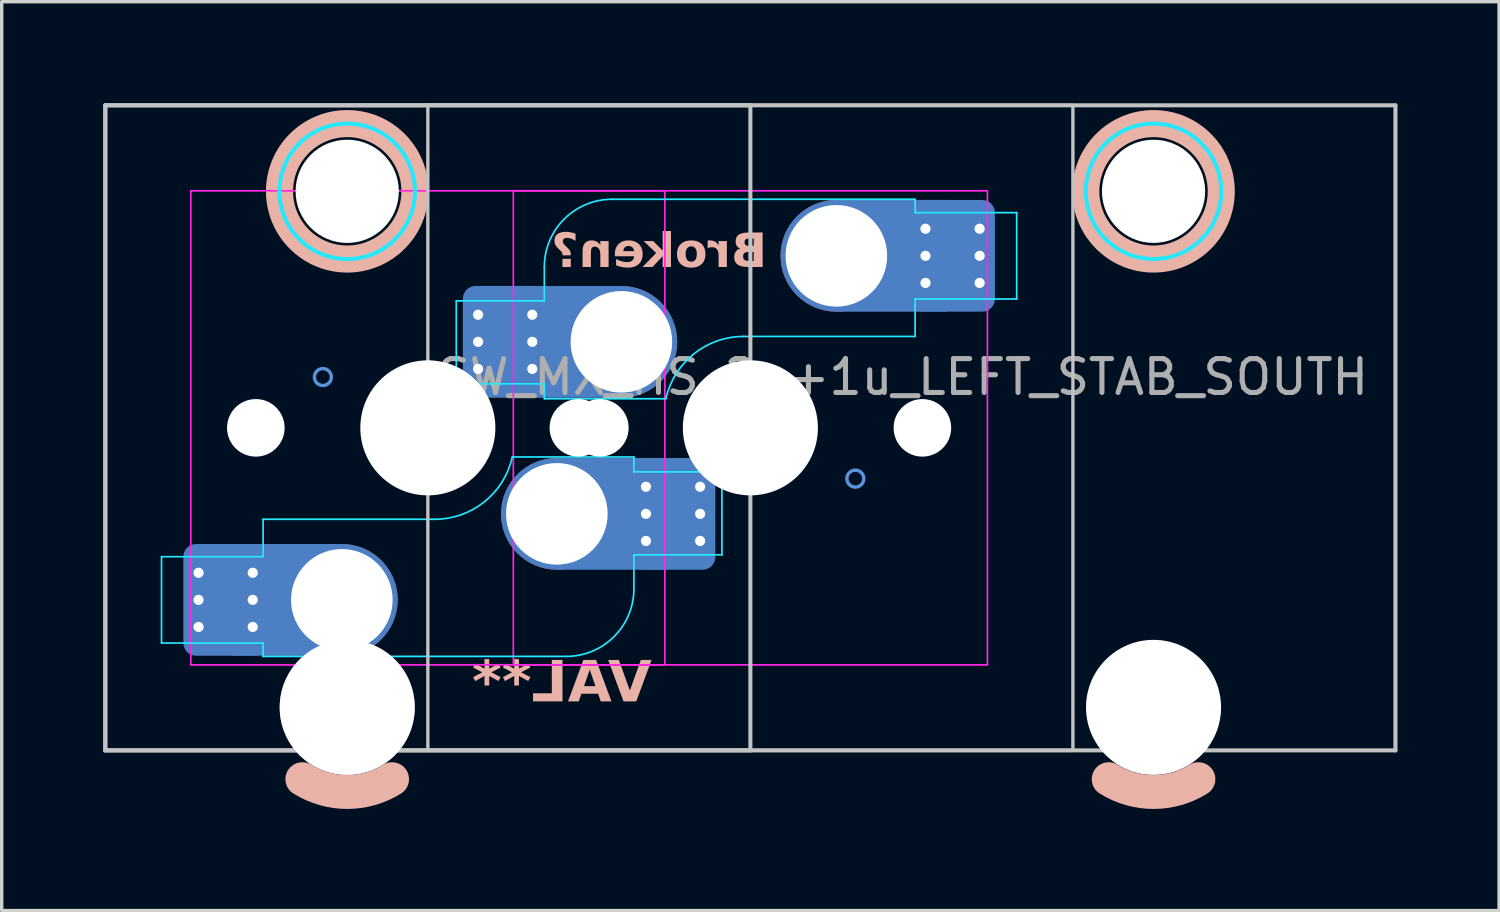
<source format=kicad_pcb>
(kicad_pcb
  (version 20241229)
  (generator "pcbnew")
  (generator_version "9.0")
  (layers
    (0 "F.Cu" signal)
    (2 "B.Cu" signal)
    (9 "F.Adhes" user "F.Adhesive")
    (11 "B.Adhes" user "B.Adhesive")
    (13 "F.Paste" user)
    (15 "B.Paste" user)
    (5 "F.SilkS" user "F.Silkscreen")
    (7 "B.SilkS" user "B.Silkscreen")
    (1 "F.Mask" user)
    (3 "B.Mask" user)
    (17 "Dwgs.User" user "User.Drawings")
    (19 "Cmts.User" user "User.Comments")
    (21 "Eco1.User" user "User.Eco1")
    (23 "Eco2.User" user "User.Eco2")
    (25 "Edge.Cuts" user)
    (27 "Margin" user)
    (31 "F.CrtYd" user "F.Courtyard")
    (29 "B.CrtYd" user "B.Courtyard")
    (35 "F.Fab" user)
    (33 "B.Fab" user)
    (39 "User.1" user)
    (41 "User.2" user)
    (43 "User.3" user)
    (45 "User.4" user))
  (footprint "SW_MX_HS_2u+1u_LEFT_STAB_SOUTH"
    (layer "F.Cu")
    (at 9.585 9.585)
    (property "Reference" "SW_MX_HS_2u+1u_LEFT_STAB_SOUTH" (at 14.025 -1.5 0) (layer "F.Fab") (effects (font (size 1 1) (thickness 0.15))))
    (property "Value" "VAL**" (at 9.525 -7.5 0) (layer "B.SilkS") (hide yes) (effects (font (size 1.2 1.2) (thickness 0.24) (bold yes)) (justify mirror)))
    (attr smd)
    (fp_arc (start -1.056252 10.374995) (mid -2.38125 10.755) (end -3.706248 10.374995) (stroke (width 1) (type default)) (layer "B.SilkS"))
    (fp_arc (start 22.756248 10.374995) (mid 21.43125 10.755) (end 20.106252 10.374995) (stroke (width 1) (type default)) (layer "B.SilkS"))
    (fp_circle (center -2.381 -6.985) (end -4.381 -6.985) (stroke (width 0.8) (type solid)) (fill no) (layer "B.SilkS"))
    (fp_circle (center 21.431 -6.985) (end 19.431 -6.985) (stroke (width 0.8) (type solid)) (fill no) (layer "B.SilkS"))
    (fp_line (start -9.525 -9.525) (end -9.525 9.525) (stroke (width 0.12) (type solid)) (layer "Dwgs.User"))
    (fp_line (start -9.525 -9.525) (end -9.525 9.525) (stroke (width 0.12) (type solid)) (layer "Dwgs.User"))
    (fp_line (start -9.525 -9.525) (end 28.575 -9.525) (stroke (width 0.12) (type solid)) (layer "Dwgs.User"))
    (fp_line (start -9.525 9.525) (end 9.525 9.525) (stroke (width 0.12) (type solid)) (layer "Dwgs.User"))
    (fp_line (start -9.525 9.525) (end 28.575 9.525) (stroke (width 0.12) (type solid)) (layer "Dwgs.User"))
    (fp_line (start 9.525 -9.525) (end -9.525 -9.525) (stroke (width 0.12) (type solid)) (layer "Dwgs.User"))
    (fp_line (start 9.525 9.525) (end 9.525 -9.525) (stroke (width 0.12) (type solid)) (layer "Dwgs.User"))
    (fp_line (start 28.575 -9.525) (end 28.575 9.525) (stroke (width 0.12) (type solid)) (layer "Dwgs.User"))
    (fp_rect (start 0 -9.525) (end 19.05 9.525) (stroke (width 0.1) (type default)) (fill no) (layer "Dwgs.User"))
    (fp_circle (center -3.1 -1.5) (end -3.35 -1.5) (stroke (width 0.1) (type default)) (fill no) (layer "Cmts.User"))
    (fp_circle (center -2.54 5.08) (end -2.54 6.08) (stroke (width 0.1) (type default)) (fill no) (layer "Cmts.User"))
    (fp_circle (center 3.81 2.54) (end 3.81 3.54) (stroke (width 0.1) (type default)) (fill no) (layer "Cmts.User"))
    (fp_circle (center 12.625 1.5) (end 12.875 1.5) (stroke (width 0.1) (type default)) (fill no) (layer "Cmts.User"))
    (fp_line (start -7 6.5) (end -7 -6.5) (stroke (width 0.05) (type solid)) (layer "Eco2.User"))
    (fp_line (start -6.5 -7) (end 6.5 -7) (stroke (width 0.05) (type solid)) (layer "Eco2.User"))
    (fp_line (start -5.756 -5.5) (end -5.756 7.5) (stroke (width 0.05) (type solid)) (layer "Eco2.User"))
    (fp_line (start -5.256 -6) (end 0.494 -6) (stroke (width 0.05) (type solid)) (layer "Eco2.User"))
    (fp_line (start -5.256 8) (end 0.494 8) (stroke (width 0.05) (type solid)) (layer "Eco2.User"))
    (fp_line (start 0.994 -5.5) (end 0.994 7.5) (stroke (width 0.05) (type solid)) (layer "Eco2.User"))
    (fp_line (start 2.525 6.5) (end 2.525 -6.5) (stroke (width 0.05) (type solid)) (layer "Eco2.User"))
    (fp_line (start 3.025 -7) (end 16.025 -7) (stroke (width 0.05) (type solid)) (layer "Eco2.User"))
    (fp_line (start 6.5 7) (end -6.5 7) (stroke (width 0.05) (type solid)) (layer "Eco2.User"))
    (fp_line (start 7 -6.5) (end 7 6.5) (stroke (width 0.05) (type solid)) (layer "Eco2.User"))
    (fp_line (start 16.025 7) (end 3.025 7) (stroke (width 0.05) (type solid)) (layer "Eco2.User"))
    (fp_line (start 16.525 -6.5) (end 16.525 6.5) (stroke (width 0.05) (type solid)) (layer "Eco2.User"))
    (fp_line (start 18.056 -5.5) (end 18.056 7.5) (stroke (width 0.05) (type solid)) (layer "Eco2.User"))
    (fp_line (start 18.556 -6) (end 24.305 -6) (stroke (width 0.05) (type solid)) (layer "Eco2.User"))
    (fp_line (start 18.556 8) (end 24.306 8) (stroke (width 0.05) (type solid)) (layer "Eco2.User"))
    (fp_line (start 24.805 -5.5) (end 24.806 7.5) (stroke (width 0.05) (type solid)) (layer "Eco2.User"))
    (fp_arc (start -6.997236 -6.498884) (mid -6.850805 -6.852453) (end -6.497236 -6.998884) (stroke (width 0.05) (type solid)) (layer "Eco2.User"))
    (fp_arc (start -6.5 7) (mid -6.853553 6.853553) (end -7 6.5) (stroke (width 0.05) (type solid)) (layer "Eco2.User"))
    (fp_arc (start -5.75625 -5.499999) (mid -5.609803 -5.853552) (end -5.25625 -5.999999) (stroke (width 0.05) (type solid)) (layer "Eco2.User"))
    (fp_arc (start -5.25625 8.000001) (mid -5.609803 7.853554) (end -5.75625 7.500001) (stroke (width 0.05) (type solid)) (layer "Eco2.User"))
    (fp_arc (start 0.49375 -5.999999) (mid 0.847303 -5.853552) (end 0.99375 -5.499999) (stroke (width 0.05) (type solid)) (layer "Eco2.User"))
    (fp_arc (start 0.99375 7.500001) (mid 0.847303 7.853554) (end 0.49375 8.000001) (stroke (width 0.05) (type solid)) (layer "Eco2.User"))
    (fp_arc (start 2.525 -6.5) (mid 2.671447 -6.853553) (end 3.025 -7) (stroke (width 0.05) (type solid)) (layer "Eco2.User"))
    (fp_arc (start 3.025 7) (mid 2.671447 6.853553) (end 2.525 6.5) (stroke (width 0.05) (type solid)) (layer "Eco2.User"))
    (fp_arc (start 6.5 -7) (mid 6.853553 -6.853553) (end 7 -6.5) (stroke (width 0.05) (type solid)) (layer "Eco2.User"))
    (fp_arc (start 7 6.5) (mid 6.853553 6.853553) (end 6.5 7) (stroke (width 0.05) (type solid)) (layer "Eco2.User"))
    (fp_arc (start 16.025 -7) (mid 16.378553 -6.853553) (end 16.525 -6.5) (stroke (width 0.05) (type solid)) (layer "Eco2.User"))
    (fp_arc (start 16.522236 6.498884) (mid 16.375806 6.852455) (end 16.022236 6.998884) (stroke (width 0.05) (type solid)) (layer "Eco2.User"))
    (fp_arc (start 18.05625 -5.499999) (mid 18.202685 -5.853565) (end 18.55625 -5.999999) (stroke (width 0.05) (type solid)) (layer "Eco2.User"))
    (fp_arc (start 18.55625 8.000001) (mid 18.202693 7.853543) (end 18.05625 7.500001) (stroke (width 0.05) (type solid)) (layer "Eco2.User"))
    (fp_arc (start 24.305039 -5.999999) (mid 24.658602 -5.853545) (end 24.805039 -5.499999) (stroke (width 0.05) (type solid)) (layer "Eco2.User"))
    (fp_arc (start 24.80625 7.500001) (mid 24.6598 7.853536) (end 24.30625 8.000001) (stroke (width 0.05) (type solid)) (layer "Eco2.User"))
    (fp_line (start -7.865 3.805) (end -7.865 6.355) (stroke (width 0.05) (type solid)) (layer "B.CrtYd"))
    (fp_line (start -4.865 2.7) (end 0.2 2.7) (stroke (width 0.05) (type solid)) (layer "B.CrtYd"))
    (fp_line (start -4.865 3.805) (end -7.865 3.805) (stroke (width 0.05) (type solid)) (layer "B.CrtYd"))
    (fp_line (start -4.865 3.805) (end -4.865 2.7) (stroke (width 0.05) (type solid)) (layer "B.CrtYd"))
    (fp_line (start -4.865 6.355) (end -7.865 6.355) (stroke (width 0.05) (type solid)) (layer "B.CrtYd"))
    (fp_line (start -4.865 6.75) (end -4.865 6.355) (stroke (width 0.05) (type solid)) (layer "B.CrtYd"))
    (fp_line (start 0.84 -3.75) (end 0.84 -1.3) (stroke (width 0.05) (type solid)) (layer "B.CrtYd"))
    (fp_line (start 0.84 -1.3) (end 3.44 -1.3) (stroke (width 0.05) (type solid)) (layer "B.CrtYd"))
    (fp_line (start 3.44 -3.75) (end 0.84 -3.75) (stroke (width 0.05) (type solid)) (layer "B.CrtYd"))
    (fp_line (start 3.44 -3.75) (end 3.44 -4.75) (stroke (width 0.05) (type solid)) (layer "B.CrtYd"))
    (fp_line (start 3.44 -1.3) (end 3.44 -0.86) (stroke (width 0.05) (type solid)) (layer "B.CrtYd"))
    (fp_line (start 3.44 -0.86) (end 7.031 -0.86) (stroke (width 0.05) (type solid)) (layer "B.CrtYd"))
    (fp_line (start 4.085 6.75) (end -4.865 6.75) (stroke (width 0.05) (type solid)) (layer "B.CrtYd"))
    (fp_line (start 5.44 -6.75) (end 14.39 -6.75) (stroke (width 0.05) (type solid)) (layer "B.CrtYd"))
    (fp_line (start 6.085 0.86) (end 2.494 0.86) (stroke (width 0.05) (type solid)) (layer "B.CrtYd"))
    (fp_line (start 6.085 1.3) (end 6.085 0.86) (stroke (width 0.05) (type solid)) (layer "B.CrtYd"))
    (fp_line (start 6.085 3.75) (end 6.085 4.75) (stroke (width 0.05) (type solid)) (layer "B.CrtYd"))
    (fp_line (start 6.085 3.75) (end 8.685 3.75) (stroke (width 0.05) (type solid)) (layer "B.CrtYd"))
    (fp_line (start 8.685 1.3) (end 6.085 1.3) (stroke (width 0.05) (type solid)) (layer "B.CrtYd"))
    (fp_line (start 8.685 3.75) (end 8.685 1.3) (stroke (width 0.05) (type solid)) (layer "B.CrtYd"))
    (fp_line (start 14.39 -6.75) (end 14.39 -6.355) (stroke (width 0.05) (type solid)) (layer "B.CrtYd"))
    (fp_line (start 14.39 -6.355) (end 17.39 -6.355) (stroke (width 0.05) (type solid)) (layer "B.CrtYd"))
    (fp_line (start 14.39 -3.805) (end 14.39 -2.7) (stroke (width 0.05) (type solid)) (layer "B.CrtYd"))
    (fp_line (start 14.39 -3.805) (end 17.39 -3.805) (stroke (width 0.05) (type solid)) (layer "B.CrtYd"))
    (fp_line (start 14.39 -2.7) (end 9.325 -2.7) (stroke (width 0.05) (type solid)) (layer "B.CrtYd"))
    (fp_line (start 17.39 -3.805) (end 17.39 -6.355) (stroke (width 0.05) (type solid)) (layer "B.CrtYd"))
    (fp_arc (start 2.494322 0.86022) (mid 1.670503 2.1834) (end 0.2 2.70022) (stroke (width 0.05) (type solid)) (layer "B.CrtYd"))
    (fp_arc (start 3.439824 -4.75022) (mid 4.02561 -6.164434) (end 5.439824 -6.75022) (stroke (width 0.05) (type solid)) (layer "B.CrtYd"))
    (fp_arc (start 6.085176 4.75022) (mid 5.499389 6.164432) (end 4.085176 6.75022) (stroke (width 0.05) (type solid)) (layer "B.CrtYd"))
    (fp_arc (start 7.030678 -0.86022) (mid 7.854497 -2.183399) (end 9.325 -2.70022) (stroke (width 0.05) (type solid)) (layer "B.CrtYd"))
    (fp_circle (center -2.381 -6.985) (end -0.381 -6.985) (stroke (width 0.12) (type solid)) (fill no) (layer "B.CrtYd"))
    (fp_circle (center 21.431 -6.985) (end 23.431 -6.985) (stroke (width 0.12) (type solid)) (fill no) (layer "B.CrtYd"))
    (fp_line (start -7 -7) (end -7 7) (stroke (width 0.05) (type solid)) (layer "F.CrtYd"))
    (fp_line (start -7 7) (end 7 7) (stroke (width 0.05) (type solid)) (layer "F.CrtYd"))
    (fp_line (start 2.525 -7) (end 2.525 7) (stroke (width 0.05) (type solid)) (layer "F.CrtYd"))
    (fp_line (start 2.525 7) (end 16.525 7) (stroke (width 0.05) (type solid)) (layer "F.CrtYd"))
    (fp_line (start 7 -7) (end -7 -7) (stroke (width 0.05) (type solid)) (layer "F.CrtYd"))
    (fp_line (start 7 7) (end 7 -7) (stroke (width 0.05) (type solid)) (layer "F.CrtYd"))
    (fp_line (start 16.525 -7) (end 2.525 -7) (stroke (width 0.05) (type solid)) (layer "F.CrtYd"))
    (fp_line (start 16.525 7) (end 16.525 -7) (stroke (width 0.05) (type solid)) (layer "F.CrtYd"))
    (fp_text user "${VALUE}" (at 3.96 7.58 0) (layer "B.SilkS") (effects (font (face "Hitmo2.0") (size 1.2 1.2) (thickness 0.24) (bold yes)) (justify mirror)))
    (fp_text user "Broken?" (at 10.015 -4.58 0) (unlocked yes) (layer "B.SilkS") (effects (font (face "Hitmo2.0") (size 1 1) (thickness 0.25) (bold yes)) (justify left bottom mirror)))
    (pad "" np_thru_hole circle (at -5.08 0 180) (size 1.7 1.7) (drill 1.7) (layers "*.Cu" "*.Mask"))
    (pad "" np_thru_hole circle (at -2.381 -6.985) (size 3.048 3.048) (drill 3.048) (layers "*.Cu" "*.Mask"))
    (pad "" np_thru_hole circle (at 0 0 180) (size 3.988 3.988) (drill 3.988) (layers "*.Cu" "*.Mask"))
    (pad "" np_thru_hole circle (at 4.445 0) (size 1.7 1.7) (drill 1.7) (layers "*.Cu" "*.Mask"))
    (pad "" np_thru_hole circle (at 5.08 0 180) (size 1.7 1.7) (drill 1.7) (layers "*.Cu" "*.Mask"))
    (pad "" np_thru_hole circle (at 9.525 0) (size 3.988 3.988) (drill 3.988) (layers "*.Cu" "*.Mask"))
    (pad "" np_thru_hole circle (at 14.605 0) (size 1.7 1.7) (drill 1.7) (layers "*.Cu" "*.Mask"))
    (pad "" np_thru_hole circle (at 21.431 -6.985) (size 3.048 3.048) (drill 3.048) (layers "*.Cu" "*.Mask"))
    (pad "" np_thru_hole circle (at 21.431 8.255) (size 3.988 3.988) (drill 3.988) (layers "*.Cu" "*.Mask"))
    (pad "1" thru_hole circle (at -6.771 4.28 180) (size 0.6 0.6) (drill 0.3) (layers "*.Cu"))
    (pad "1" thru_hole circle (at -6.771 5.08 180) (size 0.6 0.6) (drill 0.3) (layers "*.Cu"))
    (pad "1" thru_hole circle (at -6.771 5.88 180) (size 0.6 0.6) (drill 0.3) (layers "*.Cu"))
    (pad "1" smd roundrect (at -5.971 5.08 180) (size 2.2 3) (layers "B.Cu" "B.Mask" "B.Paste") (roundrect_rratio 0.114))
    (pad "1" smd roundrect (at -5.971 5.08 180) (size 2.5 3.3) (layers "B.Cu") (roundrect_rratio 0.148))
    (pad "1" thru_hole circle (at -5.171 4.28 180) (size 0.6 0.6) (drill 0.3) (layers "*.Cu"))
    (pad "1" thru_hole circle (at -5.171 5.08 180) (size 0.6 0.6) (drill 0.3) (layers "*.Cu"))
    (pad "1" thru_hole circle (at -5.171 5.88 180) (size 0.6 0.6) (drill 0.3) (layers "*.Cu"))
    (pad "1" smd rect (at -4.153 5.08 180) (size 3.226 3.3) (layers "B.Cu"))
    (pad "1" thru_hole circle (at -2.54 5.08 180) (size 3 3) (drill 3) (layers "*.Cu" "*.Mask"))
    (pad "1" smd circle (at -2.54 5.08 180) (size 3.3 3.3) (layers "F.Cu"))
    (pad "1" smd circle (at -2.54 5.08 180) (size 3.3 3.3) (layers "B.Cu"))
    (pad "1" thru_hole circle (at -2.381 8.255) (size 3.988 3.988) (drill 3.988) (layers "*.Cu" "*.Mask"))
    (pad "1" thru_hole circle (at 1.484 -3.34 180) (size 0.6 0.6) (drill 0.3) (layers "*.Cu"))
    (pad "1" thru_hole circle (at 1.484 -2.54 180) (size 0.6 0.6) (drill 0.3) (layers "*.Cu"))
    (pad "1" thru_hole circle (at 1.484 -1.74 180) (size 0.6 0.6) (drill 0.3) (layers "*.Cu"))
    (pad "1" smd roundrect (at 2.284 -2.54 180) (size 2.2 3) (layers "B.Cu" "B.Mask" "B.Paste") (roundrect_rratio 0.114))
    (pad "1" smd roundrect (at 2.284 -2.54 180) (size 2.5 3.3) (layers "B.Cu") (roundrect_rratio 0.148))
    (pad "1" thru_hole circle (at 3.084 -3.34 180) (size 0.6 0.6) (drill 0.3) (layers "*.Cu"))
    (pad "1" thru_hole circle (at 3.084 -2.54 180) (size 0.6 0.6) (drill 0.3) (layers "*.Cu"))
    (pad "1" thru_hole circle (at 3.084 -1.74 180) (size 0.6 0.6) (drill 0.3) (layers "*.Cu"))
    (pad "1" smd rect (at 4.102 -2.54 180) (size 3.226 3.3) (layers "B.Cu"))
    (pad "1" thru_hole circle (at 5.715 -2.54 180) (size 3 3) (drill 3) (layers "*.Cu" "*.Mask"))
    (pad "1" smd circle (at 5.715 -2.54 180) (size 3.3 3.3) (layers "F.Cu"))
    (pad "1" smd circle (at 5.715 -2.54 180) (size 3.3 3.3) (layers "B.Cu"))
    (pad "2" thru_hole circle (at 3.81 2.54) (size 3 3) (drill 3) (layers "*.Cu" "*.Mask"))
    (pad "2" smd circle (at 3.81 2.54 180) (size 3.3 3.3) (layers "F.Cu"))
    (pad "2" smd circle (at 3.81 2.54 180) (size 3.3 3.3) (layers "B.Cu"))
    (pad "2" smd rect (at 5.447 2.54) (size 3.274 3.3) (layers "B.Cu"))
    (pad "2" thru_hole circle (at 6.441 1.74) (size 0.6 0.6) (drill 0.3) (layers "*.Cu"))
    (pad "2" thru_hole circle (at 6.441 2.54) (size 0.6 0.6) (drill 0.3) (layers "*.Cu"))
    (pad "2" thru_hole circle (at 6.441 3.34) (size 0.6 0.6) (drill 0.3) (layers "*.Cu"))
    (pad "2" smd roundrect (at 7.241 2.54) (size 2.2 3) (layers "B.Cu" "B.Mask" "B.Paste") (roundrect_rratio 0.114))
    (pad "2" smd roundrect (at 7.241 2.54) (size 2.5 3.3) (layers "B.Cu") (roundrect_rratio 0.148))
    (pad "2" thru_hole circle (at 8.041 1.74) (size 0.6 0.6) (drill 0.3) (layers "*.Cu"))
    (pad "2" thru_hole circle (at 8.041 2.54) (size 0.6 0.6) (drill 0.3) (layers "*.Cu"))
    (pad "2" thru_hole circle (at 8.041 3.34) (size 0.6 0.6) (drill 0.3) (layers "*.Cu"))
    (pad "2" thru_hole circle (at 12.065 -5.08) (size 3 3) (drill 3) (layers "*.Cu" "*.Mask"))
    (pad "2" smd circle (at 12.065 -5.08 180) (size 3.3 3.3) (layers "F.Cu"))
    (pad "2" smd circle (at 12.065 -5.08 180) (size 3.3 3.3) (layers "B.Cu"))
    (pad "2" smd rect (at 13.726 -5.08) (size 3.226 3.3) (layers "B.Cu"))
    (pad "2" thru_hole circle (at 14.696 -5.88) (size 0.6 0.6) (drill 0.3) (layers "*.Cu"))
    (pad "2" thru_hole circle (at 14.696 -5.08) (size 0.6 0.6) (drill 0.3) (layers "*.Cu"))
    (pad "2" thru_hole circle (at 14.696 -4.28) (size 0.6 0.6) (drill 0.3) (layers "*.Cu"))
    (pad "2" smd roundrect (at 15.496 -5.08) (size 2.2 3) (layers "B.Cu" "B.Mask" "B.Paste") (roundrect_rratio 0.114))
    (pad "2" smd roundrect (at 15.496 -5.08) (size 2.5 3.3) (layers "B.Cu") (roundrect_rratio 0.148))
    (pad "2" thru_hole circle (at 16.296 -5.88) (size 0.6 0.6) (drill 0.3) (layers "*.Cu"))
    (pad "2" thru_hole circle (at 16.296 -5.08) (size 0.6 0.6) (drill 0.3) (layers "*.Cu"))
    (pad "2" thru_hole circle (at 16.296 -4.28) (size 0.6 0.6) (drill 0.3) (layers "*.Cu")))
  (gr_rect
    (start -3 -3)
    (end 41.22 23.84)
    (stroke (width 0.1) (type default))
    (fill no)
    (layer "Edge.Cuts")))
</source>
